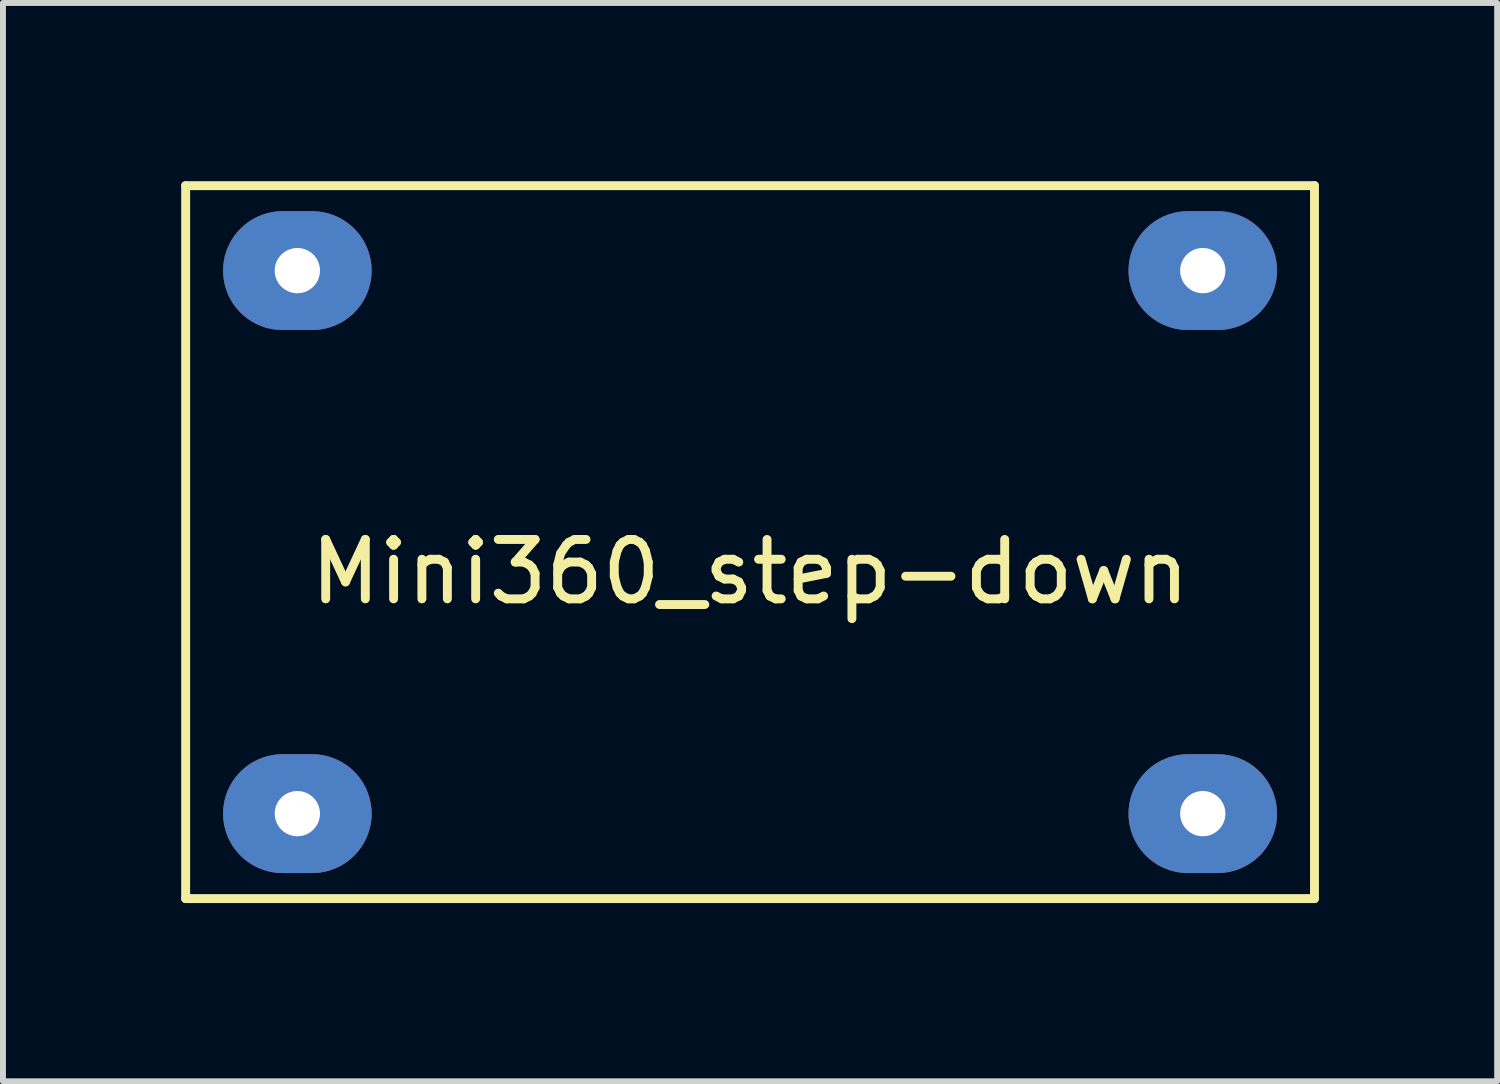
<source format=kicad_pcb>
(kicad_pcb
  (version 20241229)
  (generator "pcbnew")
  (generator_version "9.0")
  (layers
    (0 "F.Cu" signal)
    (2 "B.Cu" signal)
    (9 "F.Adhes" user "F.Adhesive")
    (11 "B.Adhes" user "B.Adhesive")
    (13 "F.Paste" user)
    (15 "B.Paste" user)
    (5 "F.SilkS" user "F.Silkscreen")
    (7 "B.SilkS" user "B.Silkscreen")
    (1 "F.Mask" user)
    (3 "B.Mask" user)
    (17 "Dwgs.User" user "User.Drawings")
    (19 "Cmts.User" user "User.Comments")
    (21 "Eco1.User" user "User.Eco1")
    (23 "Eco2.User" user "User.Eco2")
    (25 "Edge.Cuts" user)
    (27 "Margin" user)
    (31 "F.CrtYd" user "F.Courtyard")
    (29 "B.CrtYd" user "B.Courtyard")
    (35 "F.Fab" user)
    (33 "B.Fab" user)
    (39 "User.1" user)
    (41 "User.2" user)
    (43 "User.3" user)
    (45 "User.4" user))
  (footprint "Mini360_step-down"
    (layer "F.Cu")
    (at 9.575 6.075)
    (property "Reference" "Mini360_step-down" (at 0 0.5 0) (layer "F.SilkS") (effects (font (size 1 1) (thickness 0.15))))
    (attr through_hole)
    (fp_line (start -9.5 -6) (end -9.5 6) (stroke (width 0.15) (type solid)) (layer "F.SilkS"))
    (fp_line (start -9.5 -6) (end 9.5 -6) (stroke (width 0.15) (type solid)) (layer "F.SilkS"))
    (fp_line (start 9.5 6) (end -9.5 6) (stroke (width 0.15) (type solid)) (layer "F.SilkS"))
    (fp_line (start 9.5 6) (end 9.5 -6) (stroke (width 0.15) (type solid)) (layer "F.SilkS"))
    (pad "1" thru_hole oval (at -7.62 -4.57) (size 2.5 2) (drill 0.762) (layers "*.Cu" "*.Mask"))
    (pad "2" thru_hole oval (at -7.62 4.57) (size 2.5 2) (drill 0.762) (layers "*.Cu" "*.Mask"))
    (pad "3" thru_hole oval (at 7.62 -4.57) (size 2.5 2) (drill 0.762) (layers "*.Cu" "*.Mask"))
    (pad "4" thru_hole oval (at 7.62 4.57) (size 2.5 2) (drill 0.762) (layers "*.Cu" "*.Mask")))
  (gr_rect
    (start -3 -3)
    (end 22.15 15.15)
    (stroke (width 0.1) (type default))
    (fill no)
    (layer "Edge.Cuts")))
</source>
